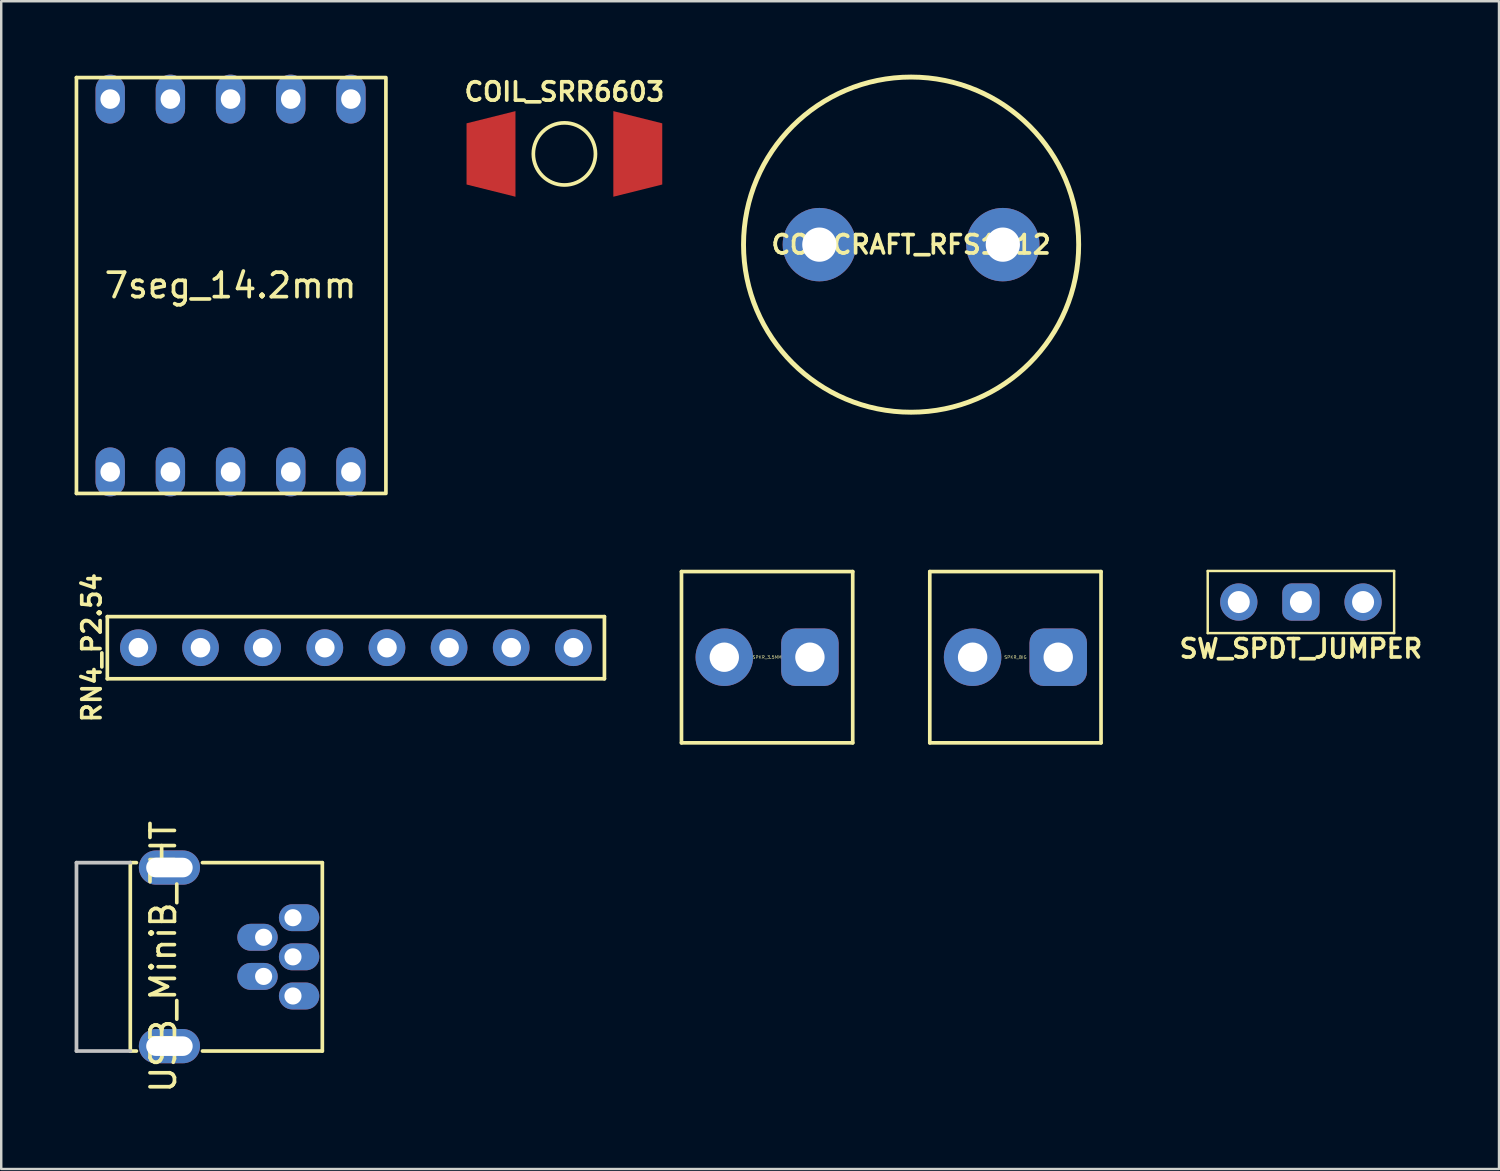
<source format=kicad_pcb>
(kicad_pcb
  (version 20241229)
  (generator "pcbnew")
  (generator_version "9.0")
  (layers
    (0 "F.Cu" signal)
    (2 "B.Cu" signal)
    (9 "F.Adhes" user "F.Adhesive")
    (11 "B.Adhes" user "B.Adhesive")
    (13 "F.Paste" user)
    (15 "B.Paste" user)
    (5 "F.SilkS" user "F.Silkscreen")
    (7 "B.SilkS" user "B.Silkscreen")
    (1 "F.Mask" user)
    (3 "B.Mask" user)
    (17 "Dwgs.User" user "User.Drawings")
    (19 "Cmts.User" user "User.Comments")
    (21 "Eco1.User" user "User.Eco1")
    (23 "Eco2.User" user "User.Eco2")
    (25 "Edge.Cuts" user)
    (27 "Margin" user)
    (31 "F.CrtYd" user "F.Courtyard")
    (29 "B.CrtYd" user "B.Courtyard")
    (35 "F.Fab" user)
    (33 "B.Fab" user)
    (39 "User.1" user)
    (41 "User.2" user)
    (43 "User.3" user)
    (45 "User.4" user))
  (footprint "SW_SPDT_JUMPER"
    (layer "F.Cu")
    (at 50.128 21.56)
    (property "Reference" "SW_SPDT_JUMPER" (at 0 1.905 0) (layer "F.SilkS") (effects (font (size 0.75 0.75) (thickness 0.15))))
    (attr through_hole)
    (fp_line (start -3.81 -1.27) (end 3.81 -1.27) (stroke (width 0.1) (type solid)) (layer "F.SilkS"))
    (fp_line (start -3.81 1.27) (end -3.81 -1.27) (stroke (width 0.1) (type solid)) (layer "F.SilkS"))
    (fp_line (start 3.81 -1.27) (end 3.81 1.27) (stroke (width 0.1) (type solid)) (layer "F.SilkS"))
    (fp_line (start 3.81 1.27) (end -3.81 1.27) (stroke (width 0.1) (type solid)) (layer "F.SilkS"))
    (pad "1" thru_hole circle (at -2.54 0) (size 1.524 1.524) (drill 0.9) (layers "*.Cu" "*.Mask"))
    (pad "2" thru_hole roundrect (at 0 0) (size 1.524 1.524) (drill 0.9) (layers "*.Cu" "*.Mask") (roundrect_rratio 0.25))
    (pad "3" thru_hole circle (at 2.54 0) (size 1.524 1.524) (drill 0.9) (layers "*.Cu" "*.Mask")))
  (footprint "COIL_SRR6603"
    (layer "F.Cu")
    (at 20.021 3.242)
    (property "Reference" "COIL_SRR6603" (at 0 -2.54 0) (layer "F.SilkS") (effects (font (size 0.75 0.75) (thickness 0.15))))
    (attr through_hole)
    (fp_circle (center 0 0) (end 0 1.27) (stroke (width 0.15) (type solid)) (fill no) (layer "F.SilkS"))
    (pad "1" smd trapezoid (at -3 0 270) (size 3 2) (rect_delta 0 -0.5) (layers "F.Cu" "F.Mask" "F.Paste"))
    (pad "2" smd trapezoid (at 3 0 270) (size 3 2) (rect_delta 0 0.5) (layers "F.Cu" "F.Mask" "F.Paste")))
  (footprint "COILCRAFT_RFS1412"
    (layer "F.Cu")
    (at 34.193 6.95)
    (property "Reference" "COILCRAFT_RFS1412" (at 0 0 0) (layer "F.SilkS") (effects (font (size 0.75 0.75) (thickness 0.15))))
    (attr through_hole)
    (fp_circle (center 0 0) (end 6.85 0) (stroke (width 0.2) (type solid)) (fill no) (layer "F.SilkS"))
    (pad "1" thru_hole circle (at -3.75 0) (size 3 3) (drill 1.4) (layers "*.Cu" "*.Mask"))
    (pad "2" thru_hole circle (at 3.75 0) (size 3 3) (drill 1.4) (layers "*.Cu" "*.Mask")))
  (footprint "SPKR_3.5MM"
    (layer "F.Cu")
    (at 28.307 23.815)
    (property "Reference" "SPKR_3.5MM" (at 0 0 0) (layer "F.SilkS") (effects (font (size 0.127 0.127) (thickness 0.015))))
    (attr through_hole)
    (fp_line (start -3.5 -3.5) (end -3.5 3.5) (stroke (width 0.15) (type solid)) (layer "F.SilkS"))
    (fp_line (start -3.5 3.5) (end 3.5 3.5) (stroke (width 0.15) (type solid)) (layer "F.SilkS"))
    (fp_line (start 3.5 -3.5) (end -3.5 -3.5) (stroke (width 0.15) (type solid)) (layer "F.SilkS"))
    (fp_line (start 3.5 3.5) (end 3.5 -3.5) (stroke (width 0.15) (type solid)) (layer "F.SilkS"))
    (pad "1" thru_hole roundrect (at 1.75 0) (size 2.35 2.35) (drill 1.2) (layers "*.Cu" "*.Mask") (roundrect_rratio 0.25))
    (pad "2" thru_hole circle (at -1.75 0) (size 2.35 2.35) (drill 1.2) (layers "*.Cu" "*.Mask")))
  (footprint "7seg_14.2mm"
    (layer "F.Cu")
    (at 6.375 8.62)
    (property "Reference" "7seg_14.2mm" (at 0 0 0) (layer "F.SilkS") (effects (font (size 1 1) (thickness 0.15))))
    (attr through_hole)
    (fp_line (start -6.3 -8.5) (end -6.3 8.5) (stroke (width 0.15) (type solid)) (layer "F.SilkS"))
    (fp_line (start -6.3 -8.5) (end 6.3 -8.5) (stroke (width 0.15) (type solid)) (layer "F.SilkS"))
    (fp_line (start -6.3 8.5) (end 6.3 8.5) (stroke (width 0.15) (type solid)) (layer "F.SilkS"))
    (fp_line (start 6.35 -8.5) (end 6.35 8.5) (stroke (width 0.15) (type solid)) (layer "F.SilkS"))
    (pad "1" thru_hole oval (at -4.92 7.62) (size 1.2 2) (drill 0.8) (layers "*.Cu" "*.Mask"))
    (pad "2" thru_hole oval (at -2.46 7.62) (size 1.2 2) (drill 0.8) (layers "*.Cu" "*.Mask"))
    (pad "3" thru_hole oval (at 0 7.62) (size 1.2 2) (drill 0.8) (layers "*.Cu" "*.Mask"))
    (pad "4" thru_hole oval (at 2.46 7.62) (size 1.2 2) (drill 0.8) (layers "*.Cu" "*.Mask"))
    (pad "5" thru_hole oval (at 4.92 7.62) (size 1.2 2) (drill 0.8) (layers "*.Cu" "*.Mask"))
    (pad "6" thru_hole oval (at 4.92 -7.62) (size 1.2 2) (drill 0.8) (layers "*.Cu" "*.Mask"))
    (pad "7" thru_hole oval (at 2.46 -7.62) (size 1.2 2) (drill 0.8) (layers "*.Cu" "*.Mask"))
    (pad "8" thru_hole oval (at 0 -7.62) (size 1.2 2) (drill 0.8) (layers "*.Cu" "*.Mask"))
    (pad "9" thru_hole oval (at -2.46 -7.62) (size 1.2 2) (drill 0.8) (layers "*.Cu" "*.Mask"))
    (pad "10" thru_hole oval (at -4.92 -7.62) (size 1.2 2) (drill 0.8) (layers "*.Cu" "*.Mask")))
  (footprint "SPKR_BIG"
    (layer "F.Cu")
    (at 38.457 23.815)
    (property "Reference" "SPKR_BIG" (at 0 0 0) (layer "F.SilkS") (effects (font (size 0.127 0.127) (thickness 0.015))))
    (attr through_hole)
    (fp_line (start -3.5 -3.5) (end -3.5 3.5) (stroke (width 0.15) (type solid)) (layer "F.SilkS"))
    (fp_line (start -3.5 3.5) (end 3.5 3.5) (stroke (width 0.15) (type solid)) (layer "F.SilkS"))
    (fp_line (start 3.5 -3.5) (end -3.5 -3.5) (stroke (width 0.15) (type solid)) (layer "F.SilkS"))
    (fp_line (start 3.5 3.5) (end 3.5 -3.5) (stroke (width 0.15) (type solid)) (layer "F.SilkS"))
    (pad "1" thru_hole roundrect (at 1.75 0) (size 2.35 2.35) (drill 1.2) (layers "*.Cu" "*.Mask") (roundrect_rratio 0.25))
    (pad "2" thru_hole circle (at -1.75 0) (size 2.35 2.35) (drill 1.2) (layers "*.Cu" "*.Mask")))
  (footprint "RN4_P2.54"
    (layer "F.Cu")
    (at 11.497 23.426)
    (property "Reference" "RN4_P2.54" (at -10.795 0 270) (layer "F.SilkS") (effects (font (size 0.75 0.75) (thickness 0.15))))
    (attr through_hole)
    (fp_line (start -10.16 -1.27) (end 10.16 -1.27) (stroke (width 0.15) (type solid)) (layer "F.SilkS"))
    (fp_line (start -10.16 1.27) (end -10.16 -1.27) (stroke (width 0.15) (type solid)) (layer "F.SilkS"))
    (fp_line (start 10.16 -1.27) (end 10.16 1.27) (stroke (width 0.15) (type solid)) (layer "F.SilkS"))
    (fp_line (start 10.16 1.27) (end -10.16 1.27) (stroke (width 0.15) (type solid)) (layer "F.SilkS"))
    (pad "1" thru_hole circle (at -8.89 0) (size 1.5 1.5) (drill 0.8) (layers "*.Cu" "*.Mask"))
    (pad "2" thru_hole circle (at -6.35 0) (size 1.5 1.5) (drill 0.8) (layers "*.Cu" "*.Mask"))
    (pad "3" thru_hole circle (at -3.81 0) (size 1.5 1.5) (drill 0.8) (layers "*.Cu" "*.Mask"))
    (pad "4" thru_hole circle (at -1.27 0) (size 1.5 1.5) (drill 0.8) (layers "*.Cu" "*.Mask"))
    (pad "5" thru_hole circle (at 1.27 0) (size 1.5 1.5) (drill 0.8) (layers "*.Cu" "*.Mask"))
    (pad "6" thru_hole circle (at 3.81 0) (size 1.5 1.5) (drill 0.8) (layers "*.Cu" "*.Mask"))
    (pad "7" thru_hole circle (at 6.35 0) (size 1.5 1.5) (drill 0.8) (layers "*.Cu" "*.Mask"))
    (pad "8" thru_hole circle (at 8.89 0) (size 1.5 1.5) (drill 0.8) (layers "*.Cu" "*.Mask")))
  (footprint "USB_MiniB_THT"
    (layer "F.Cu")
    (at 8.926 36.063)
    (property "Reference" "USB_MiniB_THT" (at -5.3 0 90) (layer "F.SilkS") (effects (font (size 1 1) (thickness 0.15))))
    (attr through_hole)
    (fp_line (start -6.65 -3.85) (end -6.65 3.85) (stroke (width 0.15) (type solid)) (layer "F.SilkS"))
    (fp_line (start -6.65 -3.85) (end -6.4 -3.85) (stroke (width 0.15) (type solid)) (layer "F.SilkS"))
    (fp_line (start -6.65 3.85) (end -6.4 3.85) (stroke (width 0.15) (type solid)) (layer "F.SilkS"))
    (fp_line (start -3.7 -3.85) (end 1.2 -3.85) (stroke (width 0.15) (type solid)) (layer "F.SilkS"))
    (fp_line (start 1.2 -3.85) (end 1.2 3.85) (stroke (width 0.15) (type solid)) (layer "F.SilkS"))
    (fp_line (start 1.2 3.85) (end -3.7 3.85) (stroke (width 0.15) (type solid)) (layer "F.SilkS"))
    (fp_line (start -8.85 -3.85) (end -8.85 3.85) (stroke (width 0.152) (type solid)) (layer "Dwgs.User"))
    (fp_line (start -8.85 -3.85) (end -6.65 -3.85) (stroke (width 0.152) (type solid)) (layer "Dwgs.User"))
    (fp_line (start -8.85 3.85) (end -6.65 3.85) (stroke (width 0.152) (type solid)) (layer "Dwgs.User"))
    (pad "1" thru_hole oval (at 0 -1.6 90) (size 1.1 1.65) (drill 0.7 (offset 0 0.25)) (layers "*.Cu" "*.Mask"))
    (pad "2" thru_hole oval (at -1.2 -0.8 270) (size 1.1 1.65) (drill 0.7 (offset 0 0.25)) (layers "*.Cu" "*.Mask"))
    (pad "3" thru_hole oval (at 0 0 90) (size 1.1 1.65) (drill 0.7 (offset 0 0.25)) (layers "*.Cu" "*.Mask"))
    (pad "4" thru_hole oval (at -1.2 0.8 270) (size 1.1 1.65) (drill 0.7 (offset 0 0.25)) (layers "*.Cu" "*.Mask"))
    (pad "5" thru_hole oval (at 0 1.6 90) (size 1.1 1.65) (drill 0.7 (offset 0 0.25)) (layers "*.Cu" "*.Mask"))
    (pad "6" thru_hole oval (at -5.05 3.65) (size 2.5 1.4) (drill oval 1.9 0.8) (layers "*.Cu" "*.Mask"))
    (pad "7" thru_hole oval (at -5.05 -3.65) (size 2.5 1.4) (drill oval 1.9 0.8) (layers "*.Cu" "*.Mask")))
  (gr_rect
    (start -3 -3)
    (end 58.225 44.735)
    (stroke (width 0.1) (type default))
    (fill no)
    (layer "Edge.Cuts")))
</source>
